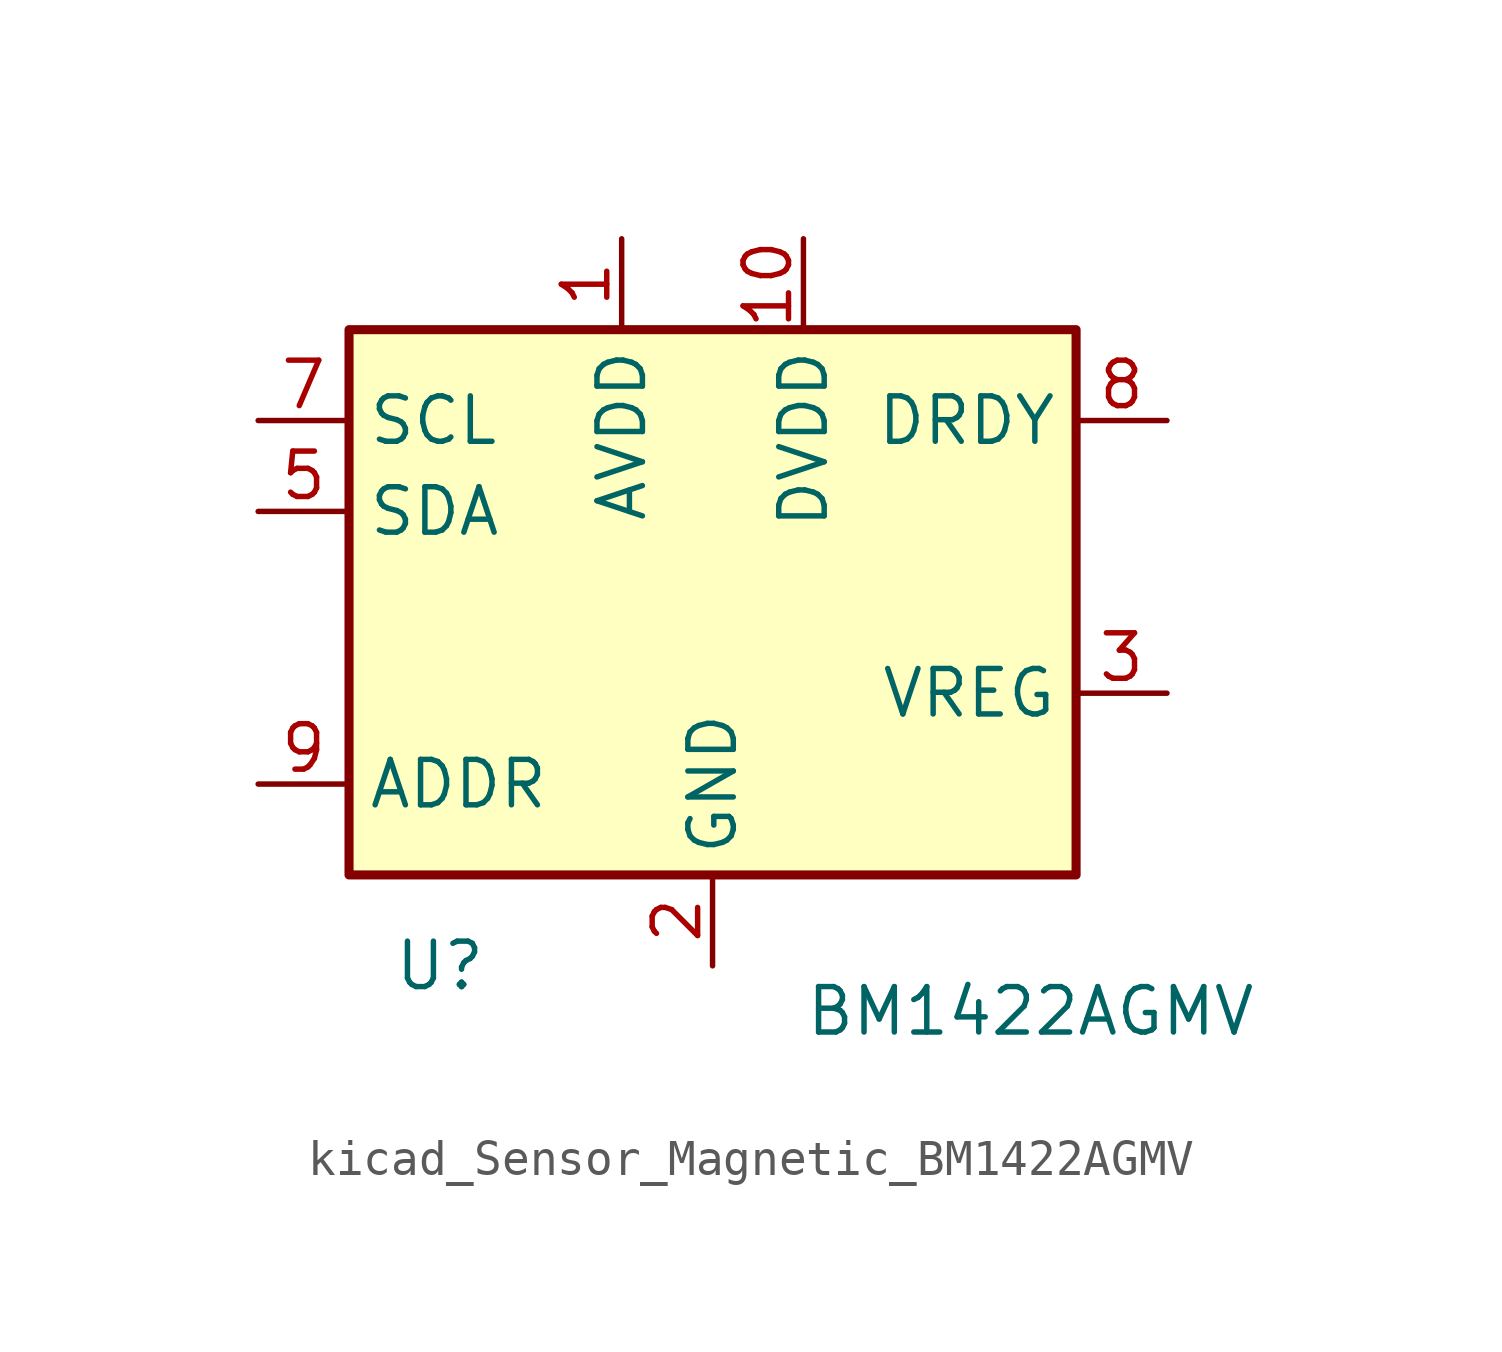
<source format=kicad_sym>
(kicad_symbol_lib
  (version 20220914)
  (generator kicad_symbol_editor)
  (symbol "kicad_Sensor_Magnetic_BM1422AGMV"
    (property "Reference" "U"
      (at -7.62 -10.16 0)
      (effects (font (size 1.27 1.27))))
    (property "Value" "BM1422AGMV"
      (at 8.89 -11.43 0)
      (effects (font (size 1.27 1.27))))
    (symbol "kicad_Sensor_Magnetic_BM1422AGMV_0_1"
      (rectangle (start -10.16 7.62) (end 10.16 -7.62) (stroke (width 0.254) (type default) (color 0 0 0 0)) (fill (type background))))
    (symbol "kicad_Sensor_Magnetic_BM1422AGMV_1_1"
      (pin power_in line (at -2.54 10.16 270) (length 2.54) (name "AVDD" (effects (font (size 1.27 1.27)))) (number "1" (effects (font (size 1.27 1.27)))))
      (pin power_in line (at 2.54 10.16 270) (length 2.54) (name "DVDD" (effects (font (size 1.27 1.27)))) (number "10" (effects (font (size 1.27 1.27)))))
      (pin power_in line (at 0 -10.16 90) (length 2.54) (name "GND" (effects (font (size 1.27 1.27)))) (number "2" (effects (font (size 1.27 1.27)))))
      (pin passive line (at 12.7 -2.54 180) (length 2.54) (name "VREG" (effects (font (size 1.27 1.27)))) (number "3" (effects (font (size 1.27 1.27)))))
      (pin no_connect line (at 12.7 2.54 180) (length 2.54) hide (name "TEST1" (effects (font (size 1.27 1.27)))) (number "4" (effects (font (size 1.27 1.27)))))
      (pin bidirectional line (at -12.7 2.54 0) (length 2.54) (name "SDA" (effects (font (size 1.27 1.27)))) (number "5" (effects (font (size 1.27 1.27)))))
      (pin no_connect line (at 12.7 0 180) (length 2.54) hide (name "TEST2" (effects (font (size 1.27 1.27)))) (number "6" (effects (font (size 1.27 1.27)))))
      (pin input line (at -12.7 5.08 0) (length 2.54) (name "SCL" (effects (font (size 1.27 1.27)))) (number "7" (effects (font (size 1.27 1.27)))))
      (pin output line (at 12.7 5.08 180) (length 2.54) (name "DRDY" (effects (font (size 1.27 1.27)))) (number "8" (effects (font (size 1.27 1.27)))))
      (pin input line (at -12.7 -5.08 0) (length 2.54) (name "ADDR" (effects (font (size 1.27 1.27)))) (number "9" (effects (font (size 1.27 1.27))))))))
</source>
